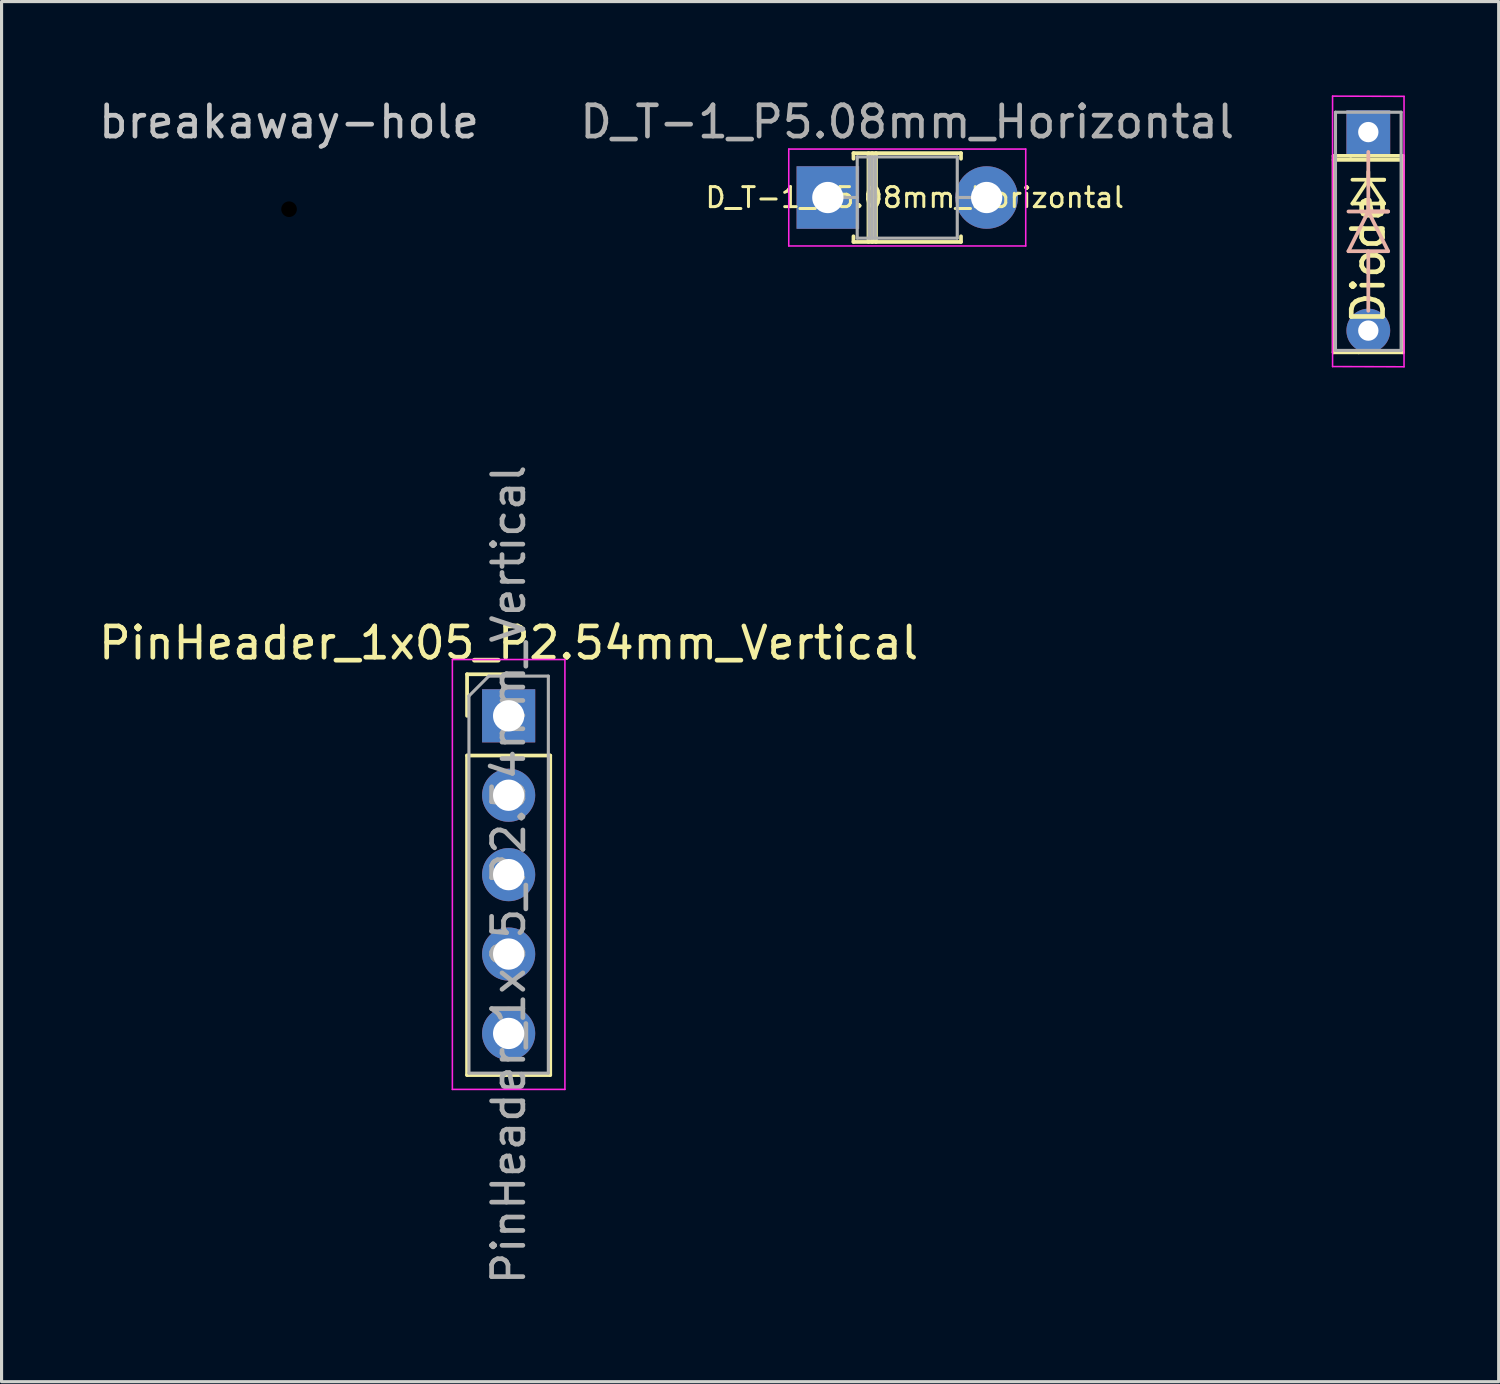
<source format=kicad_pcb>
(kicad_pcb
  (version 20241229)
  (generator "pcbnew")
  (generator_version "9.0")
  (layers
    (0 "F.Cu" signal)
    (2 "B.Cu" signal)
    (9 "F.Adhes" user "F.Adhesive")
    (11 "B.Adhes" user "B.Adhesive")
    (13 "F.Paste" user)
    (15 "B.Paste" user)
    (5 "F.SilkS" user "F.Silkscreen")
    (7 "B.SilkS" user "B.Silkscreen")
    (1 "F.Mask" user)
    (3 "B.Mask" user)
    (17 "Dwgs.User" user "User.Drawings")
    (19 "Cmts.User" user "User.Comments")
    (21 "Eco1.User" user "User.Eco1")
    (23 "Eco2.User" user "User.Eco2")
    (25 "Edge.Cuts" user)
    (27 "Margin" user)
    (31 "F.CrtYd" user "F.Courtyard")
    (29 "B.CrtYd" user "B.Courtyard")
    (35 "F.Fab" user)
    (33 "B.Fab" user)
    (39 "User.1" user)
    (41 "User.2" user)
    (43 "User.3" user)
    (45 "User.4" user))
  (footprint "D_T-1_P5.08mm_Horizontal"
    (layer "F.Cu")
    (at 23.43 3.268)
    (property "Reference" "D_T-1_P5.08mm_Horizontal" (at 2.54 -2.42 0) (layer "F.Fab") (effects (font (size 1 1) (thickness 0.15))))
    (attr through_hole)
    (fp_line (start 0.82 -1.42) (end 4.26 -1.42) (stroke (width 0.12) (type solid)) (layer "F.SilkS"))
    (fp_line (start 0.82 -1.24) (end 0.82 -1.42) (stroke (width 0.12) (type solid)) (layer "F.SilkS"))
    (fp_line (start 0.82 1.24) (end 0.82 1.42) (stroke (width 0.12) (type solid)) (layer "F.SilkS"))
    (fp_line (start 0.82 1.42) (end 4.26 1.42) (stroke (width 0.12) (type solid)) (layer "F.SilkS"))
    (fp_line (start 1.3 -1.42) (end 1.3 1.42) (stroke (width 0.12) (type solid)) (layer "F.SilkS"))
    (fp_line (start 1.42 -1.42) (end 1.42 1.42) (stroke (width 0.12) (type solid)) (layer "F.SilkS"))
    (fp_line (start 1.54 -1.42) (end 1.54 1.42) (stroke (width 0.12) (type solid)) (layer "F.SilkS"))
    (fp_line (start 4.26 -1.42) (end 4.26 -1.24) (stroke (width 0.12) (type solid)) (layer "F.SilkS"))
    (fp_line (start 4.26 1.42) (end 4.26 1.24) (stroke (width 0.12) (type solid)) (layer "F.SilkS"))
    (fp_line (start -1.25 -1.55) (end -1.25 1.55) (stroke (width 0.05) (type solid)) (layer "F.CrtYd"))
    (fp_line (start -1.25 1.55) (end 6.33 1.55) (stroke (width 0.05) (type solid)) (layer "F.CrtYd"))
    (fp_line (start 6.33 -1.55) (end -1.25 -1.55) (stroke (width 0.05) (type solid)) (layer "F.CrtYd"))
    (fp_line (start 6.33 1.55) (end 6.33 -1.55) (stroke (width 0.05) (type solid)) (layer "F.CrtYd"))
    (fp_line (start 0 0) (end 0.94 0) (stroke (width 0.1) (type solid)) (layer "F.Fab"))
    (fp_line (start 0.94 -1.3) (end 0.94 1.3) (stroke (width 0.1) (type solid)) (layer "F.Fab"))
    (fp_line (start 0.94 1.3) (end 4.14 1.3) (stroke (width 0.1) (type solid)) (layer "F.Fab"))
    (fp_line (start 1.32 -1.3) (end 1.32 1.3) (stroke (width 0.1) (type solid)) (layer "F.Fab"))
    (fp_line (start 1.42 -1.3) (end 1.42 1.3) (stroke (width 0.1) (type solid)) (layer "F.Fab"))
    (fp_line (start 1.52 -1.3) (end 1.52 1.3) (stroke (width 0.1) (type solid)) (layer "F.Fab"))
    (fp_line (start 4.14 -1.3) (end 0.94 -1.3) (stroke (width 0.1) (type solid)) (layer "F.Fab"))
    (fp_line (start 4.14 1.3) (end 4.14 -1.3) (stroke (width 0.1) (type solid)) (layer "F.Fab"))
    (fp_line (start 5.08 0) (end 4.14 0) (stroke (width 0.1) (type solid)) (layer "F.Fab"))
    (fp_text user "${REFERENCE}" (at 2.78 0 0) (layer "F.SilkS") (effects (font (size 0.64 0.64) (thickness 0.096))))
    (pad "1" thru_hole rect (at 0 0) (size 2 2) (drill 1) (layers "*.Cu" "*.Mask"))
    (pad "2" thru_hole oval (at 5.08 0) (size 2 2) (drill 1) (layers "*.Cu" "*.Mask")))
  (footprint "PinHeader_1x05_P2.54mm_Vertical"
    (layer "F.Cu")
    (at 13.22 19.847)
    (property "Reference" "PinHeader_1x05_P2.54mm_Vertical" (at 0 -2.33 0) (layer "F.SilkS") (effects (font (size 1 1) (thickness 0.15))))
    (property "Value" "${VALUE}" (at 0 12.49 0) (layer "F.Fab") (hide yes) (effects (font (size 1 1) (thickness 0.15))))
    (attr through_hole)
    (fp_line (start -1.33 -1.33) (end 0 -1.33) (stroke (width 0.12) (type solid)) (layer "F.SilkS"))
    (fp_line (start -1.33 0) (end -1.33 -1.33) (stroke (width 0.12) (type solid)) (layer "F.SilkS"))
    (fp_line (start -1.33 1.27) (end -1.33 11.49) (stroke (width 0.12) (type solid)) (layer "F.SilkS"))
    (fp_line (start -1.33 1.27) (end 1.33 1.27) (stroke (width 0.12) (type solid)) (layer "F.SilkS"))
    (fp_line (start -1.33 11.49) (end 1.33 11.49) (stroke (width 0.12) (type solid)) (layer "F.SilkS"))
    (fp_line (start 1.33 1.27) (end 1.33 11.49) (stroke (width 0.12) (type solid)) (layer "F.SilkS"))
    (fp_line (start -1.8 -1.8) (end -1.8 11.95) (stroke (width 0.05) (type solid)) (layer "F.CrtYd"))
    (fp_line (start -1.8 11.95) (end 1.8 11.95) (stroke (width 0.05) (type solid)) (layer "F.CrtYd"))
    (fp_line (start 1.8 -1.8) (end -1.8 -1.8) (stroke (width 0.05) (type solid)) (layer "F.CrtYd"))
    (fp_line (start 1.8 11.95) (end 1.8 -1.8) (stroke (width 0.05) (type solid)) (layer "F.CrtYd"))
    (fp_line (start -1.27 -0.635) (end -0.635 -1.27) (stroke (width 0.1) (type solid)) (layer "F.Fab"))
    (fp_line (start -1.27 11.43) (end -1.27 -0.635) (stroke (width 0.1) (type solid)) (layer "F.Fab"))
    (fp_line (start -0.635 -1.27) (end 1.27 -1.27) (stroke (width 0.1) (type solid)) (layer "F.Fab"))
    (fp_line (start 1.27 -1.27) (end 1.27 11.43) (stroke (width 0.1) (type solid)) (layer "F.Fab"))
    (fp_line (start 1.27 11.43) (end -1.27 11.43) (stroke (width 0.1) (type solid)) (layer "F.Fab"))
    (fp_text user "${REFERENCE}" (at 0 5.08 90) (layer "F.Fab") (effects (font (size 1 1) (thickness 0.15))))
    (pad "1" thru_hole rect (at 0 0) (size 1.7 1.7) (drill 1) (layers "*.Cu" "*.Mask"))
    (pad "2" thru_hole oval (at 0 2.54) (size 1.7 1.7) (drill 1) (layers "*.Cu" "*.Mask"))
    (pad "3" thru_hole oval (at 0 5.08) (size 1.7 1.7) (drill 1) (layers "*.Cu" "*.Mask"))
    (pad "4" thru_hole oval (at 0 7.62) (size 1.7 1.7) (drill 1) (layers "*.Cu" "*.Mask"))
    (pad "5" thru_hole oval (at 0 10.16) (size 1.7 1.7) (drill 1) (layers "*.Cu" "*.Mask")))
  (footprint "breakaway-hole"
    (layer "F.Cu")
    (at 6.196 3.642)
    (property "Reference" "breakaway-hole" (at 0 -2.794 0) (layer "Dwgs.User") (effects (font (size 1 1) (thickness 0.15))))
    (attr through_hole board_only)
    (pad "" np_thru_hole circle (at 0 0) (size 0.5 0.5) (drill 0.5) (layers "*.Mask")))
  (footprint "Diode"
    (layer "F.Cu")
    (at 40.718 1.175)
    (property "Reference" "Diode" (at 0 4.064 90) (layer "F.SilkS") (effects (font (size 1 1) (thickness 0.15))))
    (attr through_hole)
    (fp_line (start -1.11 0.76) (end -1.11 7.045) (stroke (width 0.12) (type solid)) (layer "F.SilkS"))
    (fp_line (start -1.11 0.76) (end -0.563 0.76) (stroke (width 0.12) (type solid)) (layer "F.SilkS"))
    (fp_line (start -1.11 0.889) (end 1.11 0.889) (stroke (width 0.12) (type solid)) (layer "F.SilkS"))
    (fp_line (start -1.11 7.045) (end -0.308 7.045) (stroke (width 0.12) (type solid)) (layer "F.SilkS"))
    (fp_line (start -0.563 0.76) (end 1.11 0.76) (stroke (width 0.12) (type solid)) (layer "F.SilkS"))
    (fp_line (start -0.508 1.524) (end 0.508 1.524) (stroke (width 0.12) (type solid)) (layer "F.SilkS"))
    (fp_line (start -0.508 2.286) (end 0.508 2.286) (stroke (width 0.12) (type solid)) (layer "F.SilkS"))
    (fp_line (start -0.308 7.045) (end 1.11 7.045) (stroke (width 0.12) (type solid)) (layer "F.SilkS"))
    (fp_line (start 0 1.524) (end -0.508 2.286) (stroke (width 0.12) (type solid)) (layer "F.SilkS"))
    (fp_line (start 0 1.524) (end 0 1.27) (stroke (width 0.12) (type solid)) (layer "F.SilkS"))
    (fp_line (start 0 2.286) (end 0 2.54) (stroke (width 0.12) (type solid)) (layer "F.SilkS"))
    (fp_line (start 0.508 1.524) (end 0 1.524) (stroke (width 0.12) (type solid)) (layer "F.SilkS"))
    (fp_line (start 0.508 2.286) (end 0 1.524) (stroke (width 0.12) (type solid)) (layer "F.SilkS"))
    (fp_line (start 1.11 0.76) (end 1.11 7.045) (stroke (width 0.12) (type solid)) (layer "F.SilkS"))
    (fp_line (start -0.635 2.54) (end 0.635 2.54) (stroke (width 0.12) (type solid)) (layer "B.SilkS"))
    (fp_line (start -0.635 3.81) (end 0.635 3.81) (stroke (width 0.12) (type solid)) (layer "B.SilkS"))
    (fp_line (start 0 2.54) (end -0.635 3.81) (stroke (width 0.12) (type solid)) (layer "B.SilkS"))
    (fp_line (start 0 2.54) (end 0 0.635) (stroke (width 0.12) (type solid)) (layer "B.SilkS"))
    (fp_line (start 0 3.81) (end 0 5.715) (stroke (width 0.12) (type solid)) (layer "B.SilkS"))
    (fp_line (start 0.635 2.54) (end 0 2.54) (stroke (width 0.12) (type solid)) (layer "B.SilkS"))
    (fp_line (start 0.635 3.81) (end 0 2.54) (stroke (width 0.12) (type solid)) (layer "B.SilkS"))
    (fp_line (start -1.143 -1.15) (end -1.143 7.5) (stroke (width 0.05) (type solid)) (layer "F.CrtYd"))
    (fp_line (start -1.143 7.5) (end 1.143 7.507) (stroke (width 0.05) (type solid)) (layer "F.CrtYd"))
    (fp_line (start 1.143 -1.143) (end -1.143 -1.15) (stroke (width 0.05) (type solid)) (layer "F.CrtYd"))
    (fp_line (start 1.143 7.507) (end 1.143 -1.143) (stroke (width 0.05) (type solid)) (layer "F.CrtYd"))
    (fp_line (start -1.05 -0.635) (end 1.05 -0.635) (stroke (width 0.1) (type solid)) (layer "F.Fab"))
    (fp_line (start -1.05 6.985) (end -1.05 -0.635) (stroke (width 0.1) (type solid)) (layer "F.Fab"))
    (fp_line (start 1.05 -0.635) (end 1.05 6.985) (stroke (width 0.1) (type solid)) (layer "F.Fab"))
    (fp_line (start 1.05 6.985) (end -1.05 6.985) (stroke (width 0.1) (type solid)) (layer "F.Fab"))
    (pad "1" thru_hole rect (at 0 0) (size 1.4 1.4) (drill 0.65) (layers "*.Cu" "*.Mask"))
    (pad "2" thru_hole circle (at 0 6.35) (size 1.4 1.4) (drill 0.65) (layers "*.Cu" "*.Mask")))
  (gr_rect
    (start -3 -3)
    (end 44.888 41.147)
    (stroke (width 0.1) (type default))
    (fill no)
    (layer "Edge.Cuts")))
</source>
